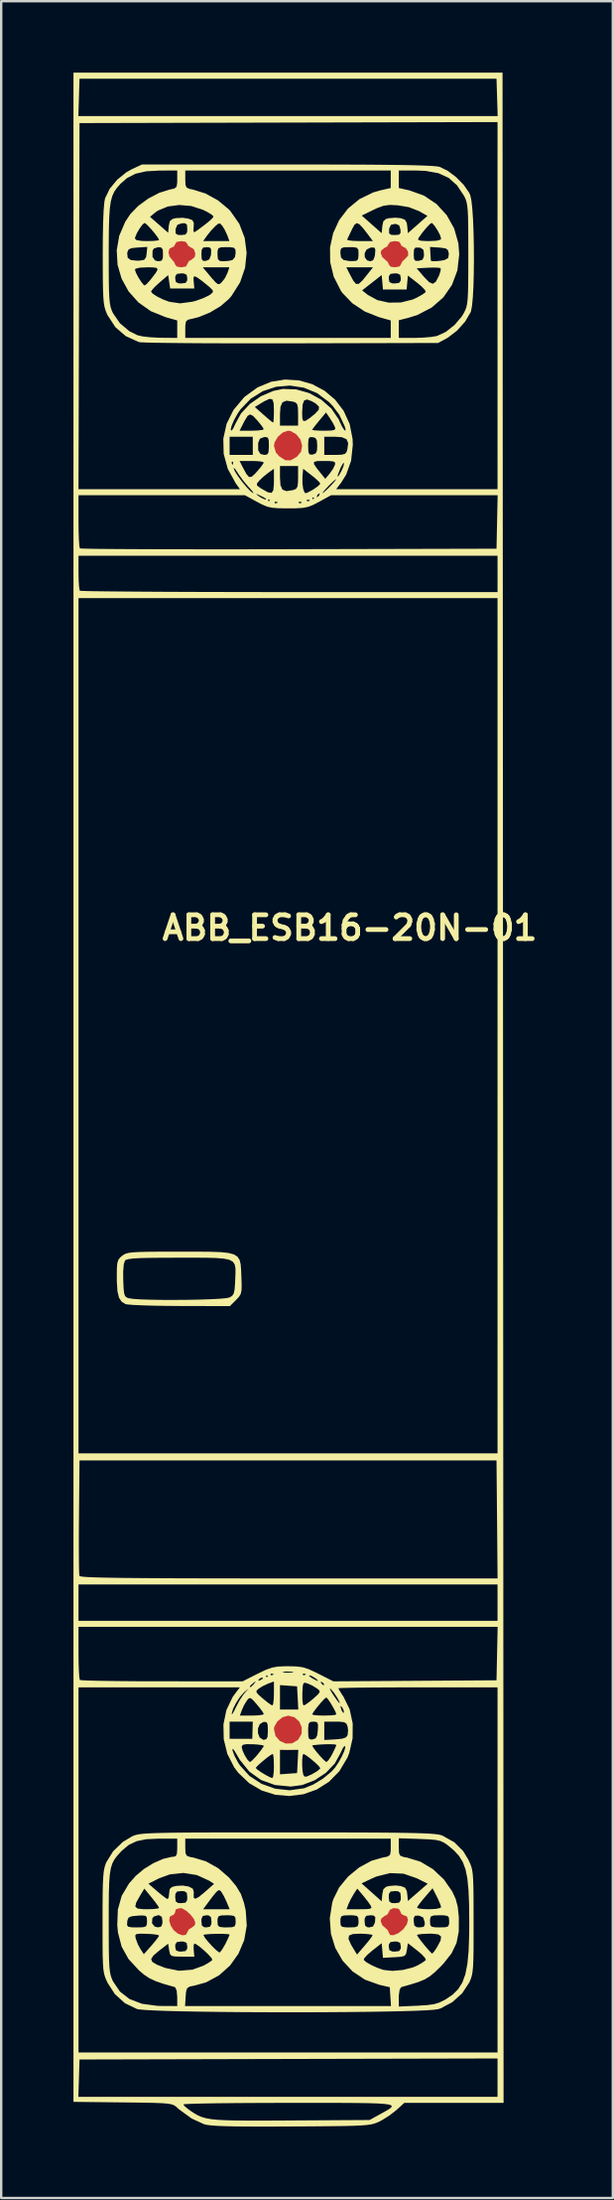
<source format=kicad_pcb>
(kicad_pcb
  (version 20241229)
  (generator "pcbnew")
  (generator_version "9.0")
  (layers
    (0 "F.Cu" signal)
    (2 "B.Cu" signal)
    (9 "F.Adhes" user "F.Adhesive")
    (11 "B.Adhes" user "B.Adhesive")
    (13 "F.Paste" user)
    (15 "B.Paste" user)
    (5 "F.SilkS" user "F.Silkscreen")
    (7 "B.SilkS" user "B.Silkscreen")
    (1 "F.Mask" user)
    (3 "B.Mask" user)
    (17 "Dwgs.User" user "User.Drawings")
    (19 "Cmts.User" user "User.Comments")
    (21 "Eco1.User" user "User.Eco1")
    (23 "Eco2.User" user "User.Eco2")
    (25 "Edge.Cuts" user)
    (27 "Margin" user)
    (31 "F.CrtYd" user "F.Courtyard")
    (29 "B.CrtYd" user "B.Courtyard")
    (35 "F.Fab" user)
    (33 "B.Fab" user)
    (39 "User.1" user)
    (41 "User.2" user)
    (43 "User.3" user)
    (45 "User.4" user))
  (footprint "ABB_ESB16-20N-01"
    (layer "F.Cu")
    (at 9.05 42.651)
    (property "Reference" "ABB_ESB16-20N-01" (at 2.6 -6.755 0) (unlocked yes) (layer "F.SilkS") (effects (font (size 1 1) (thickness 0.2) (bold yes))))
    (attr smd)
    (fp_poly (pts (xy -3.264 6.841) (xy -2.822 6.857) (xy -2.496 6.892) (xy -2.267 6.953) (xy -2.118 7.048) (xy -2.03 7.183) (xy -1.985 7.366) (xy -1.966 7.604) (xy -1.955 7.886) (xy -1.943 8.239) (xy -1.95 8.469) (xy -1.986 8.621) (xy -2.062 8.741) (xy -2.181 8.867) (xy -2.437 9.123) (xy -4.539 9.118) (xy -5.128 9.113) (xy -5.669 9.104) (xy -6.135 9.09) (xy -6.502 9.073) (xy -6.743 9.053) (xy -6.826 9.038) (xy -6.992 8.934) (xy -7.101 8.763) (xy -7.164 8.495) (xy -7.189 8.1) (xy -7.191 7.907) (xy -7.189 7.675) (xy -6.923 7.675) (xy -6.92 8.032) (xy -6.905 8.377) (xy -6.881 8.59) (xy -6.838 8.708) (xy -6.764 8.767) (xy -6.683 8.793) (xy -6.498 8.82) (xy -6.182 8.841) (xy -5.766 8.854) (xy -5.28 8.862) (xy -4.754 8.863) (xy -4.217 8.859) (xy -3.702 8.849) (xy -3.237 8.833) (xy -2.852 8.813) (xy -2.579 8.787) (xy -2.45 8.76) (xy -2.341 8.691) (xy -2.275 8.591) (xy -2.239 8.419) (xy -2.219 8.133) (xy -2.214 8.008) (xy -2.203 7.742) (xy -2.204 7.533) (xy -2.235 7.374) (xy -2.315 7.258) (xy -2.46 7.179) (xy -2.69 7.13) (xy -3.022 7.103) (xy -3.474 7.092) (xy -4.064 7.091) (xy -4.605 7.091) (xy -5.287 7.093) (xy -5.819 7.098) (xy -6.218 7.108) (xy -6.502 7.125) (xy -6.69 7.148) (xy -6.801 7.178) (xy -6.846 7.21) (xy -6.898 7.369) (xy -6.923 7.675) (xy -7.189 7.675) (xy -7.188 7.553) (xy -7.17 7.325) (xy -7.127 7.182) (xy -7.049 7.081) (xy -6.968 7.012) (xy -6.893 6.959) (xy -6.804 6.918) (xy -6.682 6.887) (xy -6.504 6.865) (xy -6.249 6.851) (xy -5.896 6.842) (xy -5.424 6.838) (xy -4.811 6.837) (xy -4.565 6.837) (xy -3.838 6.837)) (stroke (width 0) (type solid)) (fill yes) (layer "F.SilkS"))
    (fp_poly (pts (xy 1.227 -38.797) (xy 2.339 -38.794) (xy 3.298 -38.79) (xy 4.112 -38.783) (xy 4.788 -38.775) (xy 5.334 -38.764) (xy 5.76 -38.75) (xy 6.071 -38.734) (xy 6.277 -38.716) (xy 6.375 -38.698) (xy 6.713 -38.536) (xy 7.068 -38.268) (xy 7.387 -37.945) (xy 7.617 -37.614) (xy 7.662 -37.518) (xy 7.71 -37.308) (xy 7.75 -36.96) (xy 7.781 -36.506) (xy 7.802 -35.974) (xy 7.815 -35.396) (xy 7.819 -34.8) (xy 7.813 -34.218) (xy 7.798 -33.68) (xy 7.773 -33.215) (xy 7.738 -32.853) (xy 7.693 -32.626) (xy 7.685 -32.604) (xy 7.449 -32.201) (xy 7.107 -31.82) (xy 6.719 -31.524) (xy 6.66 -31.491) (xy 6.313 -31.305) (xy 0.132 -31.29) (xy -0.881 -31.289) (xy -1.847 -31.289) (xy -2.755 -31.291) (xy -3.588 -31.294) (xy -4.334 -31.299) (xy -4.978 -31.306) (xy -5.507 -31.313) (xy -5.907 -31.322) (xy -6.164 -31.332) (xy -6.261 -31.341) (xy -6.812 -31.591) (xy -7.25 -31.967) (xy -7.579 -32.472) (xy -7.608 -32.533) (xy -7.662 -32.665) (xy -7.704 -32.806) (xy -7.735 -32.98) (xy -7.756 -33.211) (xy -7.77 -33.522) (xy -7.778 -33.937) (xy -7.781 -34.48) (xy -7.782 -34.979) (xy -7.782 -35.018) (xy -7.53 -35.018) (xy -7.529 -34.363) (xy -7.526 -33.854) (xy -7.517 -33.467) (xy -7.503 -33.18) (xy -7.481 -32.968) (xy -7.449 -32.809) (xy -7.406 -32.678) (xy -7.351 -32.556) (xy -7.062 -32.135) (xy -6.66 -31.797) (xy -6.324 -31.63) (xy -6.107 -31.581) (xy -5.784 -31.544) (xy -5.418 -31.525) (xy -5.35 -31.523) (xy -4.651 -31.517) (xy -4.651 -31.884) (xy -4.651 -32.251) (xy -5.138 -32.387) (xy -5.763 -32.64) (xy -6.285 -33.009) (xy -6.686 -33.46) (xy -5.752 -33.46) (xy -5.681 -33.373) (xy -5.498 -33.256) (xy -5.255 -33.135) (xy -4.997 -33.038) (xy -4.991 -33.035) (xy -4.529 -32.968) (xy -4.011 -33.037) (xy -3.841 -33.084) (xy -3.562 -33.185) (xy -3.329 -33.295) (xy -3.254 -33.343) (xy -3.158 -33.429) (xy -3.153 -33.505) (xy -3.254 -33.616) (xy -3.381 -33.725) (xy -3.598 -33.9) (xy -3.785 -34.036) (xy -3.832 -34.065) (xy -3.934 -34.107) (xy -3.968 -34.043) (xy -3.959 -33.873) (xy -3.932 -33.591) (xy -4.44 -33.591) (xy -4.948 -33.591) (xy -4.99 -33.872) (xy -5.011 -34.015) (xy -4.736 -34.015) (xy -4.709 -33.863) (xy -4.592 -33.808) (xy -4.482 -33.803) (xy -4.3 -33.826) (xy -4.234 -33.923) (xy -4.228 -34.015) (xy -4.255 -34.166) (xy -4.372 -34.221) (xy -4.482 -34.226) (xy -4.664 -34.204) (xy -4.73 -34.107) (xy -4.736 -34.015) (xy -5.011 -34.015) (xy -5.032 -34.153) (xy -5.392 -33.845) (xy -5.59 -33.663) (xy -5.72 -33.518) (xy -5.752 -33.46) (xy -6.686 -33.46) (xy -6.696 -33.471) (xy -6.99 -34.004) (xy -7.1 -34.384) (xy -6.429 -34.384) (xy -6.388 -34.256) (xy -6.29 -34.067) (xy -6.169 -33.877) (xy -6.063 -33.745) (xy -6.02 -33.718) (xy -5.937 -33.779) (xy -5.798 -33.93) (xy -5.747 -33.994) (xy -5.554 -34.244) (xy -5.475 -34.389) (xy -5.52 -34.458) (xy -5.699 -34.479) (xy -5.916 -34.48) (xy -6.229 -34.465) (xy -6.401 -34.422) (xy -6.429 -34.384) (xy -7.1 -34.384) (xy -7.159 -34.586) (xy -7.186 -35.059) (xy -6.752 -35.059) (xy -6.733 -34.884) (xy -6.61 -34.788) (xy -6.358 -34.759) (xy -6.218 -34.763) (xy -6.04 -34.795) (xy -5.961 -34.902) (xy -5.958 -34.92) (xy -5.692 -34.92) (xy -5.583 -34.767) (xy -5.446 -34.734) (xy -5.309 -34.758) (xy -5.253 -34.863) (xy -5.244 -35.031) (xy -5.25 -35.109) (xy -5.019 -35.109) (xy -4.975 -34.932) (xy -4.899 -34.836) (xy -4.774 -34.69) (xy -4.736 -34.589) (xy -4.661 -34.509) (xy -4.482 -34.48) (xy -3.577 -34.48) (xy -3.418 -34.29) (xy -3.188 -34.015) (xy -3.039 -33.851) (xy -2.945 -33.778) (xy -2.877 -33.776) (xy -2.808 -33.828) (xy -2.779 -33.854) (xy -2.641 -34.034) (xy -2.544 -34.235) (xy -2.459 -34.48) (xy -3.018 -34.48) (xy -3.577 -34.48) (xy -4.482 -34.48) (xy -4.285 -34.515) (xy -4.228 -34.615) (xy -4.157 -34.744) (xy -4.059 -34.794) (xy -3.917 -34.907) (xy -3.894 -35.025) (xy -3.635 -35.025) (xy -3.622 -34.825) (xy -3.56 -34.749) (xy -3.445 -34.75) (xy -3.301 -34.814) (xy -3.236 -34.985) (xy -3.23 -35.031) (xy -2.958 -35.031) (xy -2.944 -34.831) (xy -2.872 -34.75) (xy -2.711 -34.734) (xy -2.482 -34.752) (xy -2.33 -34.786) (xy -2.226 -34.907) (xy -2.196 -35.082) (xy -2.208 -35.233) (xy -2.274 -35.304) (xy -2.44 -35.326) (xy -2.577 -35.327) (xy -2.811 -35.321) (xy -2.922 -35.278) (xy -2.956 -35.163) (xy -2.958 -35.031) (xy -3.23 -35.031) (xy -3.228 -35.052) (xy -3.225 -35.241) (xy -3.292 -35.316) (xy -3.418 -35.327) (xy -3.564 -35.306) (xy -3.624 -35.211) (xy -3.635 -35.025) (xy -3.894 -35.025) (xy -3.889 -35.048) (xy -3.95 -35.24) (xy -4.059 -35.302) (xy -4.196 -35.388) (xy -4.228 -35.464) (xy -4.304 -35.554) (xy -4.482 -35.581) (xy -3.562 -35.581) (xy -3.011 -35.581) (xy -2.459 -35.581) (xy -2.542 -35.814) (xy -2.65 -36.049) (xy -2.748 -36.209) (xy -2.844 -36.318) (xy -2.927 -36.312) (xy -3.05 -36.209) (xy -3.233 -36.018) (xy -3.396 -35.814) (xy -3.562 -35.581) (xy -4.482 -35.581) (xy -4.684 -35.543) (xy -4.736 -35.454) (xy -4.799 -35.342) (xy -4.853 -35.327) (xy -4.976 -35.262) (xy -5.019 -35.109) (xy -5.25 -35.109) (xy -5.26 -35.231) (xy -5.331 -35.314) (xy -5.449 -35.327) (xy -5.631 -35.271) (xy -5.687 -35.179) (xy -5.692 -34.92) (xy -5.958 -34.92) (xy -5.937 -35.057) (xy -5.91 -35.337) (xy -6.318 -35.311) (xy -6.566 -35.286) (xy -6.691 -35.234) (xy -6.742 -35.128) (xy -6.752 -35.059) (xy -7.186 -35.059) (xy -7.194 -35.194) (xy -7.109 -35.687) (xy -6.429 -35.687) (xy -6.359 -35.621) (xy -6.14 -35.587) (xy -5.921 -35.581) (xy -5.653 -35.588) (xy -5.469 -35.607) (xy -5.413 -35.628) (xy -5.465 -35.728) (xy -5.591 -35.898) (xy -5.751 -36.088) (xy -5.903 -36.251) (xy -6.007 -36.339) (xy -6.021 -36.343) (xy -6.11 -36.276) (xy -6.23 -36.113) (xy -6.346 -35.916) (xy -6.419 -35.742) (xy -6.429 -35.687) (xy -7.109 -35.687) (xy -7.088 -35.805) (xy -6.834 -36.398) (xy -6.7 -36.598) (xy -5.794 -36.598) (xy -5.413 -36.265) (xy -5.032 -35.932) (xy -5.02 -36.068) (xy -4.72 -36.068) (xy -4.72 -35.905) (xy -4.633 -35.843) (xy -4.488 -35.835) (xy -4.305 -35.855) (xy -4.237 -35.95) (xy -4.228 -36.095) (xy -4.245 -36.274) (xy -4.329 -36.333) (xy -4.461 -36.327) (xy -4.642 -36.267) (xy -4.715 -36.107) (xy -4.72 -36.068) (xy -5.02 -36.068) (xy -5.007 -36.213) (xy -4.964 -36.415) (xy -4.849 -36.51) (xy -4.71 -36.545) (xy -4.428 -36.56) (xy -4.186 -36.526) (xy -4.012 -36.458) (xy -3.954 -36.341) (xy -3.96 -36.179) (xy -3.971 -35.996) (xy -3.934 -35.953) (xy -3.831 -36.015) (xy -3.488 -36.271) (xy -3.269 -36.448) (xy -3.155 -36.56) (xy -3.127 -36.617) (xy -3.198 -36.689) (xy -3.38 -36.8) (xy -3.572 -36.896) (xy -4.057 -37.053) (xy -4.564 -37.097) (xy -5.047 -37.033) (xy -5.46 -36.863) (xy -5.597 -36.765) (xy -5.794 -36.598) (xy -6.7 -36.598) (xy -6.621 -36.717) (xy -6.291 -37.057) (xy -5.867 -37.367) (xy -5.409 -37.607) (xy -4.978 -37.742) (xy -4.973 -37.743) (xy -4.774 -37.786) (xy -4.68 -37.861) (xy -4.653 -38.022) (xy -4.651 -38.171) (xy -4.651 -38.173) (xy -4.313 -38.173) (xy -4.304 -37.941) (xy -4.252 -37.824) (xy -4.117 -37.768) (xy -3.995 -37.745) (xy -3.463 -37.58) (xy -2.938 -37.291) (xy -2.483 -36.914) (xy -2.418 -36.844) (xy -2.043 -36.308) (xy -1.815 -35.714) (xy -1.734 -35.089) (xy -1.799 -34.459) (xy -2.01 -33.848) (xy -2.367 -33.283) (xy -2.478 -33.153) (xy -2.826 -32.852) (xy -3.272 -32.585) (xy -3.745 -32.391) (xy -3.995 -32.328) (xy -4.191 -32.284) (xy -4.283 -32.207) (xy -4.311 -32.046) (xy -4.313 -31.894) (xy -4.313 -31.517) (xy 0.005 -31.517) (xy 4.323 -31.517) (xy 4.323 -31.884) (xy 4.323 -32.251) (xy 3.831 -32.388) (xy 3.234 -32.625) (xy 2.707 -32.974) (xy 2.291 -33.405) (xy 2.229 -33.493) (xy 2.219 -33.513) (xy 3.121 -33.513) (xy 3.358 -33.324) (xy 3.756 -33.106) (xy 4.236 -32.999) (xy 4.747 -33.005) (xy 5.242 -33.128) (xy 5.407 -33.202) (xy 5.624 -33.322) (xy 5.769 -33.421) (xy 5.795 -33.448) (xy 5.757 -33.533) (xy 5.614 -33.681) (xy 5.441 -33.826) (xy 5.043 -34.134) (xy 5.017 -33.841) (xy 4.99 -33.549) (xy 4.493 -33.549) (xy 3.995 -33.549) (xy 3.969 -33.852) (xy 3.954 -34.015) (xy 4.239 -34.015) (xy 4.266 -33.863) (xy 4.382 -33.808) (xy 4.493 -33.803) (xy 4.674 -33.826) (xy 4.741 -33.923) (xy 4.747 -34.015) (xy 4.719 -34.166) (xy 4.603 -34.221) (xy 4.493 -34.226) (xy 4.311 -34.204) (xy 4.245 -34.107) (xy 4.239 -34.015) (xy 3.954 -34.015) (xy 3.942 -34.155) (xy 3.532 -33.834) (xy 3.121 -33.513) (xy 2.219 -33.513) (xy 1.927 -34.084) (xy 1.831 -34.48) (xy 2.456 -34.48) (xy 2.596 -34.205) (xy 2.749 -33.92) (xy 2.866 -33.782) (xy 2.983 -33.788) (xy 3.139 -33.934) (xy 3.308 -34.143) (xy 3.542 -34.438) (xy 5.413 -34.438) (xy 5.724 -34.075) (xy 5.936 -33.858) (xy 6.091 -33.789) (xy 6.217 -33.874) (xy 6.344 -34.114) (xy 6.358 -34.147) (xy 6.418 -34.334) (xy 6.421 -34.442) (xy 6.419 -34.445) (xy 6.317 -34.465) (xy 6.099 -34.47) (xy 5.894 -34.464) (xy 5.413 -34.438) (xy 3.542 -34.438) (xy 3.576 -34.48) (xy 3.016 -34.48) (xy 2.456 -34.48) (xy 1.831 -34.48) (xy 1.778 -34.699) (xy 1.774 -35.08) (xy 2.207 -35.08) (xy 2.233 -34.892) (xy 2.339 -34.789) (xy 2.559 -34.747) (xy 2.693 -34.741) (xy 2.878 -34.751) (xy 2.954 -34.826) (xy 2.969 -35.016) (xy 2.969 -35.031) (xy 2.967 -35.074) (xy 3.227 -35.074) (xy 3.232 -34.903) (xy 3.328 -34.772) (xy 3.465 -34.734) (xy 3.585 -34.78) (xy 3.649 -34.942) (xy 3.663 -35.035) (xy 3.666 -35.084) (xy 3.9 -35.084) (xy 3.968 -34.908) (xy 4.069 -34.819) (xy 4.204 -34.698) (xy 4.239 -34.604) (xy 4.315 -34.507) (xy 4.493 -34.48) (xy 4.688 -34.515) (xy 4.747 -34.597) (xy 4.811 -34.729) (xy 4.927 -34.834) (xy 5.057 -34.975) (xy 5.054 -35.031) (xy 5.289 -35.031) (xy 5.301 -34.83) (xy 5.362 -34.752) (xy 5.504 -34.752) (xy 5.661 -34.801) (xy 5.716 -34.936) (xy 5.72 -35.031) (xy 5.694 -35.218) (xy 5.584 -35.296) (xy 5.504 -35.31) (xy 5.361 -35.309) (xy 5.301 -35.23) (xy 5.289 -35.031) (xy 5.054 -35.031) (xy 5.049 -35.14) (xy 4.956 -35.287) (xy 4.868 -35.327) (xy 4.856 -35.335) (xy 5.974 -35.335) (xy 5.989 -35.056) (xy 6.001 -34.86) (xy 6.01 -34.758) (xy 6.01 -34.755) (xy 6.092 -34.736) (xy 6.272 -34.74) (xy 6.481 -34.765) (xy 6.593 -34.789) (xy 6.738 -34.871) (xy 6.764 -35.041) (xy 6.762 -35.063) (xy 6.727 -35.202) (xy 6.632 -35.273) (xy 6.427 -35.304) (xy 6.355 -35.31) (xy 5.974 -35.335) (xy 4.856 -35.335) (xy 4.761 -35.395) (xy 4.747 -35.454) (xy 4.671 -35.555) (xy 4.493 -35.581) (xy 4.297 -35.546) (xy 4.239 -35.464) (xy 4.168 -35.35) (xy 4.069 -35.302) (xy 3.926 -35.19) (xy 3.9 -35.084) (xy 3.666 -35.084) (xy 3.675 -35.233) (xy 3.629 -35.31) (xy 3.494 -35.311) (xy 3.482 -35.31) (xy 3.311 -35.229) (xy 3.227 -35.074) (xy 2.967 -35.074) (xy 2.961 -35.213) (xy 2.905 -35.299) (xy 2.757 -35.325) (xy 2.588 -35.327) (xy 2.353 -35.319) (xy 2.242 -35.277) (xy 2.209 -35.17) (xy 2.207 -35.08) (xy 1.774 -35.08) (xy 1.772 -35.315) (xy 1.843 -35.645) (xy 2.487 -35.645) (xy 2.545 -35.613) (xy 2.732 -35.59) (xy 3.008 -35.581) (xy 3.012 -35.581) (xy 3.573 -35.581) (xy 3.494 -35.687) (xy 5.477 -35.687) (xy 5.483 -35.626) (xy 5.608 -35.593) (xy 5.875 -35.581) (xy 5.927 -35.581) (xy 6.246 -35.595) (xy 6.411 -35.64) (xy 6.44 -35.687) (xy 6.398 -35.826) (xy 6.299 -36.018) (xy 6.179 -36.205) (xy 6.074 -36.326) (xy 6.039 -36.343) (xy 5.954 -36.282) (xy 5.811 -36.129) (xy 5.649 -35.932) (xy 5.508 -35.736) (xy 5.477 -35.687) (xy 3.494 -35.687) (xy 3.399 -35.814) (xy 3.167 -36.116) (xy 3.007 -36.288) (xy 2.894 -36.336) (xy 2.8 -36.268) (xy 2.702 -36.091) (xy 2.671 -36.026) (xy 2.569 -35.811) (xy 2.498 -35.665) (xy 2.487 -35.645) (xy 1.843 -35.645) (xy 1.901 -35.911) (xy 2.156 -36.462) (xy 2.302 -36.653) (xy 3.105 -36.653) (xy 3.523 -36.283) (xy 3.942 -35.914) (xy 3.956 -36.068) (xy 4.254 -36.068) (xy 4.254 -35.906) (xy 4.339 -35.844) (xy 4.493 -35.835) (xy 4.675 -35.852) (xy 4.737 -35.932) (xy 4.731 -36.068) (xy 4.677 -36.242) (xy 4.54 -36.299) (xy 4.493 -36.301) (xy 4.33 -36.263) (xy 4.262 -36.12) (xy 4.254 -36.068) (xy 3.956 -36.068) (xy 3.968 -36.203) (xy 4.01 -36.41) (xy 4.121 -36.509) (xy 4.243 -36.543) (xy 4.523 -36.563) (xy 4.742 -36.543) (xy 4.918 -36.48) (xy 4.997 -36.346) (xy 5.017 -36.203) (xy 5.043 -35.914) (xy 5.455 -36.277) (xy 5.866 -36.64) (xy 5.509 -36.841) (xy 5.084 -37.006) (xy 4.614 -37.084) (xy 4.278 -37.099) (xy 4.021 -37.065) (xy 3.752 -36.967) (xy 3.59 -36.89) (xy 3.105 -36.653) (xy 2.302 -36.653) (xy 2.527 -36.947) (xy 3.007 -37.342) (xy 3.585 -37.624) (xy 3.882 -37.709) (xy 4.323 -37.811) (xy 4.323 -38.177) (xy 4.662 -38.177) (xy 4.662 -37.809) (xy 5.111 -37.709) (xy 5.721 -37.49) (xy 6.249 -37.136) (xy 6.676 -36.67) (xy 6.988 -36.113) (xy 7.166 -35.485) (xy 7.202 -35.031) (xy 7.124 -34.352) (xy 6.897 -33.743) (xy 6.534 -33.218) (xy 6.045 -32.792) (xy 5.443 -32.479) (xy 5.064 -32.36) (xy 4.662 -32.259) (xy 4.662 -31.888) (xy 4.662 -31.517) (xy 5.318 -31.517) (xy 5.681 -31.529) (xy 6.018 -31.557) (xy 6.259 -31.597) (xy 6.271 -31.6) (xy 6.64 -31.772) (xy 7.003 -32.059) (xy 7.305 -32.413) (xy 7.395 -32.562) (xy 7.453 -32.678) (xy 7.498 -32.797) (xy 7.531 -32.942) (xy 7.554 -33.135) (xy 7.569 -33.4) (xy 7.578 -33.76) (xy 7.582 -34.238) (xy 7.583 -34.856) (xy 7.583 -35.031) (xy 7.582 -35.688) (xy 7.579 -36.198) (xy 7.572 -36.585) (xy 7.558 -36.871) (xy 7.537 -37.079) (xy 7.506 -37.233) (xy 7.465 -37.355) (xy 7.41 -37.467) (xy 7.4 -37.486) (xy 7.107 -37.925) (xy 6.756 -38.236) (xy 6.322 -38.433) (xy 5.78 -38.529) (xy 5.384 -38.544) (xy 4.662 -38.544) (xy 4.662 -38.177) (xy 4.323 -38.177) (xy 4.323 -38.178) (xy 4.323 -38.544) (xy 0.005 -38.544) (xy -4.313 -38.544) (xy -4.313 -38.173) (xy -4.651 -38.173) (xy -4.651 -38.544) (xy -5.392 -38.542) (xy -5.96 -38.51) (xy -6.405 -38.409) (xy -6.763 -38.225) (xy -7.039 -37.984) (xy -7.182 -37.821) (xy -7.295 -37.659) (xy -7.38 -37.475) (xy -7.442 -37.248) (xy -7.484 -36.954) (xy -7.51 -36.572) (xy -7.524 -36.077) (xy -7.529 -35.449) (xy -7.53 -35.018) (xy -7.782 -35.018) (xy -7.778 -35.748) (xy -7.765 -36.384) (xy -7.744 -36.877) (xy -7.714 -37.218) (xy -7.686 -37.371) (xy -7.492 -37.773) (xy -7.176 -38.157) (xy -6.784 -38.474) (xy -6.561 -38.597) (xy -6.133 -38.797) (xy -0.047 -38.798)) (stroke (width 0) (type solid)) (fill yes) (layer "F.SilkS"))
    (fp_poly (pts (xy -0.027 31.214) (xy 0.002 31.214) (xy 1.19 31.215) (xy 2.22 31.216) (xy 3.105 31.218) (xy 3.855 31.222) (xy 4.483 31.227) (xy 5 31.235) (xy 5.419 31.244) (xy 5.75 31.255) (xy 6.006 31.269) (xy 6.198 31.285) (xy 6.338 31.305) (xy 6.438 31.328) (xy 6.495 31.348) (xy 6.996 31.627) (xy 7.371 32.003) (xy 7.58 32.351) (xy 7.648 32.493) (xy 7.7 32.623) (xy 7.74 32.765) (xy 7.767 32.941) (xy 7.785 33.176) (xy 7.796 33.493) (xy 7.802 33.916) (xy 7.804 34.467) (xy 7.805 34.963) (xy 7.805 35.627) (xy 7.803 36.145) (xy 7.796 36.541) (xy 7.783 36.836) (xy 7.762 37.055) (xy 7.732 37.22) (xy 7.691 37.355) (xy 7.638 37.483) (xy 7.622 37.518) (xy 7.325 37.966) (xy 6.911 38.34) (xy 6.429 38.596) (xy 6.322 38.631) (xy 6.148 38.657) (xy 5.822 38.681) (xy 5.362 38.701) (xy 4.784 38.718) (xy 4.106 38.733) (xy 3.345 38.745) (xy 2.519 38.754) (xy 1.644 38.76) (xy 0.738 38.764) (xy -0.182 38.764) (xy -1.099 38.762) (xy -1.995 38.757) (xy -2.854 38.749) (xy -3.658 38.738) (xy -4.39 38.725) (xy -5.032 38.709) (xy -5.568 38.69) (xy -5.981 38.668) (xy -6.252 38.644) (xy -6.345 38.626) (xy -6.849 38.383) (xy -7.272 38.001) (xy -7.57 37.541) (xy -7.638 37.399) (xy -7.69 37.269) (xy -7.728 37.127) (xy -7.756 36.949) (xy -7.773 36.711) (xy -7.784 36.391) (xy -7.789 35.964) (xy -7.79 35.407) (xy -7.79 34.958) (xy -7.79 34.958) (xy -7.53 34.958) (xy -7.529 35.62) (xy -7.526 36.136) (xy -7.518 36.529) (xy -7.504 36.822) (xy -7.483 37.038) (xy -7.452 37.2) (xy -7.41 37.33) (xy -7.356 37.454) (xy -7.352 37.462) (xy -7.06 37.894) (xy -6.655 38.208) (xy -6.133 38.407) (xy -5.488 38.494) (xy -5.308 38.499) (xy -4.651 38.502) (xy -4.322 38.502) (xy 0.005 38.502) (xy 4.333 38.502) (xy 4.307 38.106) (xy 4.281 37.71) (xy 3.848 37.613) (xy 3.239 37.395) (xy 2.719 37.049) (xy 2.299 36.597) (xy 2.281 36.566) (xy 3.187 36.566) (xy 3.308 36.669) (xy 3.532 36.794) (xy 3.799 36.912) (xy 4.027 36.988) (xy 4.396 37.026) (xy 4.829 36.988) (xy 5.244 36.884) (xy 5.431 36.806) (xy 5.641 36.687) (xy 5.778 36.588) (xy 5.798 36.566) (xy 5.762 36.479) (xy 5.621 36.328) (xy 5.444 36.178) (xy 5.043 35.865) (xy 5.001 36.146) (xy 4.969 36.306) (xy 4.904 36.393) (xy 4.763 36.433) (xy 4.5 36.452) (xy 4.477 36.453) (xy 3.995 36.478) (xy 3.969 36.172) (xy 3.954 36.005) (xy 4.239 36.005) (xy 4.266 36.156) (xy 4.382 36.211) (xy 4.493 36.216) (xy 4.674 36.194) (xy 4.741 36.097) (xy 4.747 36.005) (xy 4.719 35.853) (xy 4.603 35.798) (xy 4.493 35.793) (xy 4.311 35.816) (xy 4.245 35.913) (xy 4.239 36.005) (xy 3.954 36.005) (xy 3.942 35.865) (xy 3.542 36.178) (xy 3.337 36.355) (xy 3.21 36.498) (xy 3.187 36.566) (xy 2.281 36.566) (xy 1.991 36.06) (xy 1.875 35.682) (xy 2.547 35.682) (xy 2.651 35.918) (xy 2.726 36.046) (xy 2.906 36.341) (xy 3.233 35.961) (xy 3.409 35.75) (xy 3.527 35.59) (xy 3.561 35.527) (xy 3.484 35.497) (xy 3.284 35.475) (xy 3.053 35.465) (xy 2.736 35.478) (xy 2.571 35.543) (xy 2.547 35.682) (xy 1.875 35.682) (xy 1.808 35.461) (xy 1.77 34.946) (xy 2.207 34.946) (xy 2.218 35.103) (xy 2.281 35.176) (xy 2.444 35.199) (xy 2.588 35.2) (xy 2.822 35.193) (xy 2.933 35.15) (xy 2.967 35.042) (xy 2.969 34.946) (xy 3.223 34.946) (xy 3.246 35.128) (xy 3.343 35.195) (xy 3.425 35.2) (xy 3.578 35.162) (xy 3.651 35.017) (xy 3.664 34.946) (xy 3.665 34.935) (xy 3.9 34.935) (xy 3.968 35.112) (xy 4.069 35.2) (xy 4.204 35.322) (xy 4.239 35.415) (xy 4.297 35.522) (xy 4.446 35.528) (xy 4.469 35.518) (xy 5.424 35.518) (xy 5.473 35.604) (xy 5.596 35.769) (xy 5.754 35.966) (xy 5.911 36.149) (xy 6.028 36.274) (xy 6.066 36.301) (xy 6.13 36.236) (xy 6.241 36.075) (xy 6.272 36.026) (xy 6.417 35.753) (xy 6.439 35.583) (xy 6.326 35.495) (xy 6.064 35.465) (xy 5.932 35.465) (xy 5.664 35.476) (xy 5.48 35.497) (xy 5.424 35.518) (xy 4.469 35.518) (xy 4.644 35.443) (xy 4.844 35.286) (xy 4.997 35.075) (xy 5.033 34.942) (xy 5.288 34.942) (xy 5.316 35.125) (xy 5.417 35.192) (xy 5.535 35.2) (xy 5.705 35.179) (xy 5.754 35.08) (xy 5.747 34.968) (xy 5.74 34.946) (xy 5.974 34.946) (xy 5.984 35.1) (xy 6.045 35.174) (xy 6.2 35.198) (xy 6.377 35.2) (xy 6.619 35.194) (xy 6.737 35.156) (xy 6.775 35.058) (xy 6.779 34.946) (xy 6.769 34.793) (xy 6.708 34.719) (xy 6.553 34.694) (xy 6.377 34.692) (xy 6.134 34.699) (xy 6.016 34.737) (xy 5.978 34.835) (xy 5.974 34.946) (xy 5.74 34.946) (xy 5.685 34.785) (xy 5.525 34.712) (xy 5.499 34.709) (xy 5.345 34.711) (xy 5.29 34.8) (xy 5.288 34.942) (xy 5.033 34.942) (xy 5.049 34.879) (xy 4.998 34.738) (xy 4.868 34.692) (xy 4.759 34.627) (xy 4.747 34.574) (xy 4.678 34.444) (xy 4.62 34.408) (xy 4.432 34.392) (xy 4.283 34.465) (xy 4.239 34.565) (xy 4.168 34.671) (xy 4.069 34.717) (xy 3.926 34.83) (xy 3.9 34.935) (xy 3.665 34.935) (xy 3.673 34.768) (xy 3.599 34.701) (xy 3.462 34.692) (xy 3.292 34.715) (xy 3.23 34.819) (xy 3.223 34.946) (xy 2.969 34.946) (xy 2.958 34.79) (xy 2.894 34.716) (xy 2.731 34.694) (xy 2.588 34.692) (xy 2.353 34.7) (xy 2.242 34.742) (xy 2.209 34.851) (xy 2.207 34.946) (xy 1.77 34.946) (xy 1.761 34.824) (xy 1.821 34.438) (xy 2.465 34.438) (xy 3.016 34.438) (xy 3.309 34.434) (xy 3.464 34.415) (xy 3.509 34.375) (xy 5.427 34.375) (xy 5.502 34.408) (xy 5.701 34.431) (xy 5.932 34.438) (xy 6.215 34.425) (xy 6.395 34.388) (xy 6.44 34.35) (xy 6.404 34.227) (xy 6.313 34.017) (xy 6.26 33.91) (xy 6.081 33.558) (xy 5.755 33.934) (xy 5.579 34.147) (xy 5.46 34.31) (xy 5.427 34.375) (xy 3.509 34.375) (xy 3.512 34.372) (xy 3.484 34.293) (xy 3.482 34.29) (xy 3.374 34.133) (xy 3.21 33.922) (xy 3.156 33.858) (xy 2.916 33.573) (xy 2.771 33.795) (xy 2.635 34.031) (xy 2.545 34.227) (xy 2.465 34.438) (xy 1.821 34.438) (xy 1.863 34.17) (xy 1.908 34.023) (xy 2.153 33.528) (xy 2.296 33.353) (xy 3.096 33.353) (xy 3.519 33.729) (xy 3.942 34.106) (xy 3.958 33.93) (xy 4.239 33.93) (xy 4.26 34.11) (xy 4.359 34.177) (xy 4.493 34.184) (xy 4.673 34.163) (xy 4.739 34.064) (xy 4.747 33.93) (xy 4.726 33.75) (xy 4.627 33.684) (xy 4.493 33.676) (xy 4.313 33.697) (xy 4.246 33.796) (xy 4.239 33.93) (xy 3.958 33.93) (xy 3.968 33.812) (xy 4.011 33.603) (xy 4.12 33.5) (xy 4.243 33.464) (xy 4.521 33.441) (xy 4.742 33.464) (xy 4.92 33.532) (xy 4.998 33.672) (xy 5.017 33.805) (xy 5.043 34.092) (xy 5.46 33.73) (xy 5.876 33.367) (xy 5.422 33.141) (xy 4.862 32.947) (xy 4.297 32.922) (xy 3.722 33.065) (xy 3.561 33.135) (xy 3.096 33.353) (xy 2.296 33.353) (xy 2.528 33.071) (xy 2.994 32.686) (xy 3.512 32.405) (xy 3.978 32.271) (xy 4.192 32.228) (xy 4.292 32.156) (xy 4.322 32) (xy 4.323 31.845) (xy 4.323 31.837) (xy 4.662 31.837) (xy 4.669 32.072) (xy 4.719 32.189) (xy 4.855 32.244) (xy 5.008 32.271) (xy 5.57 32.442) (xy 6.099 32.757) (xy 6.56 33.192) (xy 6.905 33.69) (xy 7.052 34.006) (xy 7.138 34.33) (xy 7.182 34.739) (xy 7.185 34.784) (xy 7.182 35.373) (xy 7.086 35.859) (xy 6.878 36.292) (xy 6.539 36.72) (xy 6.402 36.863) (xy 6.165 37.092) (xy 5.959 37.259) (xy 5.744 37.387) (xy 5.478 37.496) (xy 5.119 37.608) (xy 4.768 37.706) (xy 4.697 37.808) (xy 4.664 38.045) (xy 4.662 38.129) (xy 4.662 38.523) (xy 5.449 38.488) (xy 5.854 38.463) (xy 6.143 38.423) (xy 6.371 38.354) (xy 6.591 38.245) (xy 6.637 38.219) (xy 6.926 38.023) (xy 7.155 37.796) (xy 7.331 37.519) (xy 7.458 37.17) (xy 7.545 36.729) (xy 7.597 36.174) (xy 7.62 35.484) (xy 7.623 34.989) (xy 7.616 34.237) (xy 7.591 33.631) (xy 7.543 33.147) (xy 7.465 32.763) (xy 7.35 32.454) (xy 7.191 32.199) (xy 6.983 31.972) (xy 6.72 31.753) (xy 6.565 31.645) (xy 6.413 31.574) (xy 6.219 31.531) (xy 5.943 31.505) (xy 5.539 31.489) (xy 5.537 31.488) (xy 4.662 31.46) (xy 4.662 31.837) (xy 4.323 31.837) (xy 4.323 31.475) (xy 0.005 31.475) (xy -4.313 31.475) (xy -4.313 31.845) (xy -4.305 32.076) (xy -4.252 32.192) (xy -4.111 32.246) (xy -3.967 32.271) (xy -3.443 32.428) (xy -2.929 32.716) (xy -2.482 33.101) (xy -2.475 33.109) (xy -2.176 33.464) (xy -1.978 33.793) (xy -1.845 34.169) (xy -1.772 34.493) (xy -1.729 35.123) (xy -1.836 35.735) (xy -2.077 36.304) (xy -2.435 36.806) (xy -2.894 37.215) (xy -3.437 37.508) (xy -3.918 37.642) (xy -4.131 37.686) (xy -4.238 37.758) (xy -4.281 37.908) (xy -4.296 38.102) (xy -4.322 38.502) (xy -4.651 38.502) (xy -4.651 38.119) (xy -4.674 37.857) (xy -4.736 37.718) (xy -4.757 37.706) (xy -5.22 37.574) (xy -5.561 37.456) (xy -5.821 37.334) (xy -6.043 37.187) (xy -6.258 37.006) (xy -6.699 36.528) (xy -5.746 36.528) (xy -5.7 36.648) (xy -5.506 36.765) (xy -5.158 36.901) (xy -5.146 36.905) (xy -4.578 37.021) (xy -4.01 36.975) (xy -3.544 36.806) (xy -3.334 36.687) (xy -3.196 36.588) (xy -3.176 36.566) (xy -3.213 36.483) (xy -3.343 36.337) (xy -3.524 36.166) (xy -3.712 36.007) (xy -3.867 35.901) (xy -3.93 35.878) (xy -3.96 35.951) (xy -3.96 36.13) (xy -3.958 36.153) (xy -3.932 36.428) (xy -4.44 36.428) (xy -4.721 36.424) (xy -4.877 36.399) (xy -4.95 36.331) (xy -4.983 36.198) (xy -4.99 36.157) (xy -5.014 36.005) (xy -4.736 36.005) (xy -4.709 36.156) (xy -4.592 36.211) (xy -4.482 36.216) (xy -4.3 36.194) (xy -4.234 36.097) (xy -4.228 36.005) (xy -4.255 35.853) (xy -4.372 35.798) (xy -4.482 35.793) (xy -4.664 35.816) (xy -4.73 35.913) (xy -4.736 36.005) (xy -5.014 36.005) (xy -5.032 35.885) (xy -5.434 36.196) (xy -5.655 36.385) (xy -5.746 36.528) (xy -6.699 36.528) (xy -6.699 36.528) (xy -6.988 36.009) (xy -7.111 35.532) (xy -6.414 35.532) (xy -6.402 35.636) (xy -6.392 35.676) (xy -6.302 35.916) (xy -6.196 36.11) (xy -6.055 36.325) (xy -5.734 35.964) (xy -5.56 35.757) (xy -5.443 35.602) (xy -5.413 35.543) (xy -5.49 35.51) (xy -5.691 35.484) (xy -5.93 35.47) (xy -6.214 35.465) (xy -6.363 35.481) (xy -6.414 35.532) (xy -7.111 35.532) (xy -7.142 35.415) (xy -7.171 35.116) (xy -7.171 35.105) (xy -6.759 35.105) (xy -6.709 35.173) (xy -6.564 35.198) (xy -6.35 35.2) (xy -6.098 35.195) (xy -5.971 35.162) (xy -5.927 35.075) (xy -5.925 35.029) (xy -5.711 35.029) (xy -5.595 35.169) (xy -5.461 35.2) (xy -5.325 35.167) (xy -5.276 35.036) (xy -5.272 34.946) (xy -5.276 34.916) (xy -4.985 34.916) (xy -4.926 35.122) (xy -4.8 35.319) (xy -4.618 35.466) (xy -4.431 35.533) (xy -4.304 35.516) (xy -3.551 35.516) (xy -3.499 35.619) (xy -3.369 35.785) (xy -3.2 35.972) (xy -3.033 36.138) (xy -2.905 36.24) (xy -2.863 36.252) (xy -2.78 36.153) (xy -2.663 35.959) (xy -2.618 35.875) (xy -2.516 35.665) (xy -2.456 35.526) (xy -2.45 35.503) (xy -2.527 35.483) (xy -2.729 35.471) (xy -3 35.47) (xy -3.281 35.48) (xy -3.479 35.497) (xy -3.551 35.516) (xy -4.304 35.516) (xy -4.285 35.513) (xy -4.228 35.404) (xy -4.157 35.276) (xy -4.059 35.225) (xy -3.916 35.113) (xy -3.889 35.008) (xy -3.912 34.946) (xy -3.635 34.946) (xy -3.613 35.128) (xy -3.516 35.194) (xy -3.424 35.2) (xy -3.272 35.173) (xy -3.217 35.057) (xy -3.212 34.946) (xy -2.958 34.946) (xy -2.947 35.103) (xy -2.883 35.176) (xy -2.721 35.199) (xy -2.577 35.2) (xy -2.343 35.193) (xy -2.232 35.15) (xy -2.198 35.042) (xy -2.196 34.946) (xy -2.207 34.79) (xy -2.271 34.716) (xy -2.433 34.694) (xy -2.577 34.692) (xy -2.811 34.7) (xy -2.922 34.742) (xy -2.956 34.851) (xy -2.958 34.946) (xy -3.212 34.946) (xy -3.235 34.765) (xy -3.332 34.698) (xy -3.424 34.692) (xy -3.575 34.72) (xy -3.63 34.836) (xy -3.635 34.946) (xy -3.912 34.946) (xy -3.949 34.846) (xy -4.095 34.661) (xy -4.281 34.497) (xy -4.386 34.438) (xy -3.562 34.438) (xy -3.005 34.438) (xy -2.448 34.438) (xy -2.578 34.127) (xy -2.687 33.895) (xy -2.79 33.719) (xy -2.806 33.697) (xy -2.862 33.644) (xy -2.923 33.644) (xy -3.012 33.72) (xy -3.152 33.889) (xy -3.366 34.174) (xy -3.389 34.206) (xy -3.562 34.438) (xy -4.386 34.438) (xy -4.457 34.399) (xy -4.549 34.394) (xy -4.675 34.434) (xy -4.701 34.438) (xy -4.732 34.507) (xy -4.736 34.565) (xy -4.804 34.678) (xy -4.863 34.692) (xy -4.966 34.756) (xy -4.985 34.916) (xy -5.276 34.916) (xy -5.297 34.763) (xy -5.394 34.697) (xy -5.461 34.692) (xy -5.63 34.743) (xy -5.698 34.819) (xy -5.711 35.029) (xy -5.925 35.029) (xy -5.921 34.942) (xy -5.93 34.786) (xy -5.985 34.714) (xy -6.131 34.699) (xy -6.324 34.709) (xy -6.569 34.734) (xy -6.692 34.787) (xy -6.742 34.896) (xy -6.752 34.968) (xy -6.759 35.105) (xy -7.171 35.105) (xy -7.147 34.455) (xy -7.112 34.33) (xy -6.414 34.33) (xy -6.318 34.41) (xy -6.076 34.437) (xy -5.921 34.438) (xy -5.653 34.43) (xy -5.469 34.408) (xy -5.413 34.384) (xy -5.463 34.293) (xy -5.591 34.117) (xy -5.723 33.951) (xy -6.033 33.573) (xy -6.231 33.9) (xy -6.38 34.169) (xy -6.414 34.33) (xy -7.112 34.33) (xy -6.986 33.878) (xy -6.682 33.366) (xy -5.862 33.366) (xy -5.49 33.688) (xy -5.278 33.862) (xy -5.117 33.98) (xy -5.053 34.012) (xy -5.009 33.941) (xy -5.008 33.93) (xy -4.736 33.93) (xy -4.715 34.11) (xy -4.616 34.177) (xy -4.482 34.184) (xy -4.302 34.163) (xy -4.236 34.064) (xy -4.228 33.93) (xy -4.249 33.75) (xy -4.348 33.684) (xy -4.482 33.676) (xy -4.662 33.697) (xy -4.728 33.796) (xy -4.736 33.93) (xy -5.008 33.93) (xy -4.99 33.765) (xy -4.99 33.765) (xy -4.967 33.59) (xy -4.864 33.502) (xy -4.698 33.46) (xy -4.422 33.445) (xy -4.169 33.485) (xy -3.998 33.574) (xy -3.953 33.719) (xy -3.959 33.79) (xy -3.958 33.953) (xy -3.894 33.999) (xy -3.749 33.927) (xy -3.508 33.732) (xy -3.465 33.694) (xy -3.103 33.373) (xy -3.306 33.242) (xy -3.826 33.004) (xy -4.392 32.915) (xy -4.965 32.977) (xy -5.41 33.14) (xy -5.862 33.366) (xy -6.682 33.366) (xy -6.677 33.357) (xy -6.393 33.036) (xy -6.047 32.747) (xy -5.645 32.501) (xy -5.239 32.323) (xy -4.883 32.24) (xy -4.817 32.237) (xy -4.713 32.211) (xy -4.664 32.105) (xy -4.651 31.875) (xy -4.651 31.856) (xy -4.651 31.475) (xy -5.417 31.475) (xy -5.947 31.499) (xy -6.355 31.581) (xy -6.685 31.737) (xy -6.977 31.979) (xy -7.034 32.039) (xy -7.179 32.201) (xy -7.293 32.353) (xy -7.379 32.518) (xy -7.441 32.718) (xy -7.484 32.975) (xy -7.51 33.313) (xy -7.524 33.754) (xy -7.529 34.322) (xy -7.53 34.958) (xy -7.79 34.958) (xy -7.789 34.289) (xy -7.785 33.766) (xy -7.776 33.366) (xy -7.76 33.067) (xy -7.737 32.845) (xy -7.705 32.678) (xy -7.663 32.543) (xy -7.631 32.467) (xy -7.344 32.005) (xy -6.939 31.614) (xy -6.535 31.372) (xy -6.46 31.342) (xy -6.374 31.316) (xy -6.263 31.293) (xy -6.117 31.274) (xy -5.924 31.259) (xy -5.67 31.246) (xy -5.344 31.236) (xy -4.934 31.228) (xy -4.428 31.222) (xy -3.813 31.218) (xy -3.078 31.216) (xy -2.21 31.214) (xy -1.197 31.214)) (stroke (width 0) (type solid)) (fill yes) (layer "F.SilkS"))
    (fp_poly (pts (xy 9.044 -0.042) (xy 9.065 42.566) (xy 6.98 42.566) (xy 4.894 42.566) (xy 4.556 42.872) (xy 4.269 43.095) (xy 3.945 43.298) (xy 3.826 43.359) (xy 3.72 43.405) (xy 3.611 43.442) (xy 3.479 43.473) (xy 3.307 43.496) (xy 3.078 43.514) (xy 2.774 43.528) (xy 2.378 43.538) (xy 1.871 43.545) (xy 1.237 43.551) (xy 0.457 43.556) (xy 0.132 43.557) (xy -0.767 43.561) (xy -1.512 43.56) (xy -2.116 43.556) (xy -2.595 43.546) (xy -2.962 43.532) (xy -3.233 43.512) (xy -3.422 43.487) (xy -3.522 43.463) (xy -4.044 43.223) (xy -4.567 42.844) (xy -4.654 42.766) (xy -4.726 42.705) (xy -4.805 42.657) (xy -4.89 42.63) (xy -4.397 42.63) (xy -4.333 42.713) (xy -4.173 42.843) (xy -4.103 42.893) (xy -3.944 42.998) (xy -3.794 43.085) (xy -3.636 43.155) (xy -3.451 43.209) (xy -3.222 43.25) (xy -2.931 43.279) (xy -2.561 43.297) (xy -2.093 43.308) (xy -1.511 43.311) (xy -0.795 43.31) (xy 0.07 43.306) (xy 0.132 43.305) (xy 3.434 43.286) (xy 3.88 43.039) (xy 4.066 42.937) (xy 4.216 42.85) (xy 4.32 42.779) (xy 4.367 42.72) (xy 4.346 42.673) (xy 4.246 42.637) (xy 4.056 42.61) (xy 3.766 42.591) (xy 3.365 42.578) (xy 2.842 42.571) (xy 2.185 42.567) (xy 1.385 42.566) (xy 0.43 42.566) (xy 0.058 42.566) (xy -0.793 42.568) (xy -1.59 42.571) (xy -2.319 42.576) (xy -2.963 42.583) (xy -3.507 42.592) (xy -3.935 42.602) (xy -4.232 42.613) (xy -4.381 42.625) (xy -4.397 42.63) (xy -4.89 42.63) (xy -4.914 42.622) (xy -5.074 42.596) (xy -5.307 42.579) (xy -5.635 42.566) (xy -6.079 42.557) (xy -6.663 42.55) (xy -6.94 42.547) (xy -9.012 42.524) (xy -9.012 42.312) (xy -8.806 42.312) (xy 0.002 42.312) (xy 8.811 42.312) (xy 8.811 41.508) (xy 8.811 40.703) (xy 0.026 40.724) (xy -8.758 40.746) (xy -8.782 41.529) (xy -8.806 42.312) (xy -9.012 42.312) (xy -9.012 32.787) (xy -8.8 32.787) (xy -8.8 40.45) (xy 0.005 40.45) (xy 8.811 40.45) (xy 8.811 32.787) (xy 8.811 25.125) (xy 5.466 25.125) (xy 4.732 25.126) (xy 4.054 25.129) (xy 3.45 25.133) (xy 2.937 25.138) (xy 2.534 25.145) (xy 2.259 25.153) (xy 2.13 25.161) (xy 2.122 25.164) (xy 2.165 25.251) (xy 2.274 25.425) (xy 2.334 25.514) (xy 2.594 26.042) (xy 2.724 26.639) (xy 2.72 27.266) (xy 2.579 27.881) (xy 2.498 28.084) (xy 2.162 28.646) (xy 1.728 29.089) (xy 1.218 29.411) (xy 0.656 29.611) (xy 0.067 29.686) (xy -0.526 29.635) (xy -1.1 29.456) (xy -1.629 29.146) (xy -2.091 28.704) (xy -2.258 28.48) (xy -2.546 27.916) (xy -2.586 27.752) (xy -2.33 27.752) (xy -2.324 27.784) (xy -2.244 27.998) (xy -2.102 28.266) (xy -2.016 28.4) (xy -1.612 28.845) (xy -1.107 29.175) (xy -0.534 29.379) (xy 0.072 29.445) (xy 0.678 29.361) (xy 0.686 29.359) (xy 1.074 29.2) (xy 1.48 28.952) (xy 1.83 28.663) (xy 1.981 28.495) (xy 2.132 28.27) (xy 2.268 28.025) (xy 2.368 27.801) (xy 2.415 27.639) (xy 2.394 27.58) (xy 2.323 27.652) (xy 2.237 27.827) (xy 2.224 27.861) (xy 1.973 28.319) (xy 1.595 28.716) (xy 1.124 29.026) (xy 0.598 29.226) (xy 0.122 29.289) (xy -0.545 29.224) (xy -1.128 29.014) (xy -1.621 28.661) (xy -1.744 28.509) (xy -1.349 28.509) (xy -1.283 28.578) (xy -1.123 28.689) (xy -0.925 28.808) (xy -0.746 28.901) (xy -0.651 28.933) (xy -0.617 28.857) (xy -0.594 28.658) (xy -0.587 28.427) (xy -0.592 28.263) (xy -0.333 28.263) (xy -0.333 28.775) (xy 0.026 28.749) (xy 0.386 28.723) (xy 0.403 28.412) (xy 0.601 28.412) (xy 0.616 28.638) (xy 0.648 28.797) (xy 0.648 28.799) (xy 0.699 28.871) (xy 0.795 28.868) (xy 0.985 28.784) (xy 1.029 28.762) (xy 1.231 28.643) (xy 1.348 28.544) (xy 1.36 28.517) (xy 1.299 28.43) (xy 1.15 28.285) (xy 0.961 28.125) (xy 0.782 27.99) (xy 0.662 27.921) (xy 0.649 27.919) (xy 0.618 27.993) (xy 0.601 28.178) (xy 0.601 28.412) (xy 0.403 28.412) (xy 0.412 28.236) (xy 0.437 27.75) (xy 0.052 27.75) (xy -0.333 27.75) (xy -0.333 28.263) (xy -0.592 28.263) (xy -0.594 28.159) (xy -0.613 27.975) (xy -0.635 27.919) (xy -0.729 27.969) (xy -0.895 28.091) (xy -1.085 28.246) (xy -1.251 28.394) (xy -1.343 28.494) (xy -1.349 28.509) (xy -1.744 28.509) (xy -2.022 28.166) (xy -2.097 28.038) (xy -2.242 27.793) (xy -2.318 27.699) (xy -2.33 27.752) (xy -2.586 27.752) (xy -2.616 27.629) (xy -1.942 27.629) (xy -1.903 27.785) (xy -1.811 27.982) (xy -1.7 28.16) (xy -1.606 28.254) (xy -1.591 28.258) (xy -1.507 28.198) (xy -1.36 28.046) (xy -1.271 27.942) (xy -1.119 27.749) (xy -1.025 27.612) (xy -1.011 27.579) (xy -1.04 27.568) (xy 1.021 27.568) (xy 1.073 27.663) (xy 1.199 27.828) (xy 1.359 28.014) (xy 1.509 28.172) (xy 1.609 28.255) (xy 1.619 28.258) (xy 1.7 28.189) (xy 1.816 28.016) (xy 1.866 27.922) (xy 1.97 27.71) (xy 2.031 27.567) (xy 2.037 27.541) (xy 1.961 27.52) (xy 1.761 27.511) (xy 1.529 27.516) (xy 1.261 27.532) (xy 1.077 27.552) (xy 1.021 27.568) (xy -1.04 27.568) (xy -1.087 27.55) (xy -1.285 27.525) (xy -1.476 27.513) (xy -1.75 27.51) (xy -1.893 27.538) (xy -1.94 27.606) (xy -1.942 27.629) (xy -2.616 27.629) (xy -2.696 27.305) (xy -2.709 26.681) (xy -2.685 26.564) (xy -2.45 26.564) (xy -2.45 26.924) (xy -2.45 27.284) (xy -1.973 27.284) (xy -1.497 27.284) (xy -1.49 27.052) (xy -1.257 27.052) (xy -1.186 27.231) (xy -1.046 27.323) (xy -1.009 27.326) (xy -0.905 27.301) (xy -0.855 27.198) (xy -0.841 26.973) (xy -0.841 26.939) (xy -0.843 26.881) (xy -0.587 26.881) (xy -0.518 27.168) (xy -0.338 27.375) (xy -0.092 27.484) (xy 0.178 27.475) (xy 0.426 27.329) (xy 0.429 27.326) (xy 0.574 27.08) (xy 0.579 26.951) (xy 0.852 26.951) (xy 0.86 27.187) (xy 0.899 27.295) (xy 0.99 27.317) (xy 1.042 27.311) (xy 1.168 27.264) (xy 1.232 27.139) (xy 1.256 26.949) (xy 1.529 26.949) (xy 1.529 27.334) (xy 1.996 27.309) (xy 2.284 27.28) (xy 2.443 27.224) (xy 2.511 27.13) (xy 2.53 26.926) (xy 2.509 26.77) (xy 2.462 26.651) (xy 2.369 26.589) (xy 2.182 26.567) (xy 1.993 26.564) (xy 1.529 26.564) (xy 1.529 26.949) (xy 1.256 26.949) (xy 1.259 26.924) (xy 1.267 26.698) (xy 1.23 26.594) (xy 1.125 26.565) (xy 1.069 26.564) (xy 0.936 26.579) (xy 0.872 26.654) (xy 0.853 26.833) (xy 0.852 26.951) (xy 0.579 26.951) (xy 0.584 26.809) (xy 0.478 26.561) (xy 0.274 26.38) (xy 0.011 26.313) (xy -0.229 26.381) (xy -0.442 26.554) (xy -0.572 26.779) (xy -0.587 26.881) (xy -0.843 26.881) (xy -0.849 26.704) (xy -0.888 26.595) (xy -0.979 26.574) (xy -1.031 26.58) (xy -1.181 26.669) (xy -1.255 26.846) (xy -1.257 27.052) (xy -1.49 27.052) (xy -1.487 26.924) (xy -1.476 26.564) (xy -1.963 26.564) (xy -2.45 26.564) (xy -2.685 26.564) (xy -2.632 26.31) (xy -2.018 26.31) (xy -1.514 26.31) (xy -1.248 26.301) (xy -1.066 26.275) (xy -1.042 26.263) (xy 1.021 26.263) (xy 1.098 26.288) (xy 1.298 26.305) (xy 1.529 26.31) (xy 1.797 26.302) (xy 1.981 26.282) (xy 2.037 26.258) (xy 1.998 26.147) (xy 1.902 25.964) (xy 1.89 25.944) (xy 2.213 25.944) (xy 2.259 26.095) (xy 2.322 26.193) (xy 2.352 26.193) (xy 2.347 26.099) (xy 2.302 25.999) (xy 2.227 25.9) (xy 2.213 25.944) (xy 1.89 25.944) (xy 1.783 25.765) (xy 1.674 25.608) (xy 1.613 25.548) (xy 1.535 25.609) (xy 1.397 25.757) (xy 1.239 25.945) (xy 1.102 26.124) (xy 1.026 26.245) (xy 1.021 26.263) (xy -1.042 26.263) (xy -1.012 26.247) (xy -1.063 26.151) (xy -1.194 25.976) (xy -1.302 25.845) (xy -1.473 25.651) (xy -1.575 25.572) (xy -1.648 25.591) (xy -1.721 25.675) (xy -1.85 25.888) (xy -1.934 26.078) (xy -2.018 26.31) (xy -2.632 26.31) (xy -2.619 26.243) (xy -2.363 26.243) (xy -2.332 26.239) (xy -2.255 26.109) (xy -2.189 25.972) (xy -2.044 25.694) (xy -1.885 25.448) (xy -1.831 25.38) (xy -1.79 25.333) (xy -1.321 25.333) (xy -1.229 25.441) (xy -1.053 25.595) (xy -0.851 25.759) (xy -0.699 25.864) (xy -0.651 25.886) (xy -0.617 25.81) (xy -0.594 25.61) (xy -0.592 25.543) (xy -0.333 25.543) (xy -0.333 26.056) (xy 0.052 26.056) (xy 0.437 26.056) (xy 0.412 25.57) (xy 0.402 25.388) (xy 0.607 25.388) (xy 0.609 25.653) (xy 0.632 25.834) (xy 0.664 25.887) (xy 0.766 25.835) (xy 0.944 25.703) (xy 1.071 25.597) (xy 1.261 25.425) (xy 1.337 25.323) (xy 1.317 25.249) (xy 1.244 25.187) (xy 1.763 25.187) (xy 1.821 25.304) (xy 1.907 25.442) (xy 2.064 25.668) (xy 2.16 25.782) (xy 2.184 25.778) (xy 2.124 25.648) (xy 2.063 25.542) (xy 1.925 25.336) (xy 1.797 25.188) (xy 1.79 25.182) (xy 1.763 25.187) (xy 1.244 25.187) (xy 1.233 25.177) (xy 1.016 25.045) (xy 0.844 24.968) (xy 0.722 24.931) (xy 0.655 24.955) (xy 0.624 25.073) (xy 0.61 25.32) (xy 0.607 25.388) (xy 0.402 25.388) (xy 0.386 25.083) (xy 0.026 25.057) (xy -0.333 25.031) (xy -0.333 25.543) (xy -0.592 25.543) (xy -0.587 25.383) (xy -0.587 24.895) (xy 1.374 24.895) (xy 1.394 24.943) (xy 1.479 25.033) (xy 1.529 25.015) (xy 1.529 25.003) (xy 1.469 24.931) (xy 1.432 24.905) (xy 1.374 24.895) (xy -0.587 24.895) (xy -0.587 24.88) (xy -0.82 24.963) (xy -1.059 25.074) (xy -1.222 25.177) (xy -1.314 25.258) (xy -1.321 25.333) (xy -1.79 25.333) (xy -1.646 25.169) (xy -1.845 25.337) (xy -2.011 25.522) (xy -2.176 25.773) (xy -2.305 26.029) (xy -2.363 26.228) (xy -2.363 26.243) (xy -2.619 26.243) (xy -2.585 26.081) (xy -2.325 25.537) (xy -2.232 25.406) (xy -2.018 25.125) (xy -5.409 25.125) (xy -8.8 25.125) (xy -8.8 32.787) (xy -9.012 32.787) (xy -9.012 25.093) (xy -1.603 25.093) (xy -1.562 25.118) (xy -1.45 25.01) (xy -1.423 24.977) (xy -1.35 24.877) (xy -1.394 24.898) (xy -1.455 24.945) (xy -1.572 25.049) (xy -1.603 25.093) (xy -9.012 25.093) (xy -9.012 23.672) (xy -8.8 23.672) (xy -8.796 24.085) (xy -8.784 24.434) (xy -8.767 24.688) (xy -8.747 24.81) (xy -8.744 24.815) (xy -8.649 24.827) (xy -8.404 24.838) (xy -8.026 24.849) (xy -7.533 24.857) (xy -6.945 24.864) (xy -6.278 24.869) (xy -5.552 24.871) (xy -5.293 24.871) (xy -1.9 24.872) (xy -1.851 24.847) (xy -1.256 24.847) (xy -1.171 24.829) (xy -1.155 24.823) (xy -1.052 24.756) (xy -1.051 24.718) (xy -1.14 24.728) (xy -1.203 24.776) (xy -1.256 24.847) (xy -1.851 24.847) (xy -1.481 24.659) (xy -0.926 24.659) (xy -0.884 24.702) (xy -0.841 24.659) (xy -0.844 24.656) (xy 0.897 24.656) (xy 1.015 24.74) (xy 1.021 24.744) (xy 1.21 24.842) (xy 1.276 24.856) (xy 1.21 24.786) (xy 1.153 24.741) (xy 0.991 24.645) (xy 0.899 24.62) (xy 0.897 24.656) (xy -0.844 24.656) (xy -0.884 24.617) (xy -0.926 24.659) (xy -1.481 24.659) (xy -1.286 24.561) (xy -0.728 24.561) (xy -0.717 24.611) (xy -0.672 24.617) (xy -0.602 24.586) (xy -0.616 24.561) (xy 0.626 24.561) (xy 0.638 24.611) (xy 0.683 24.617) (xy 0.752 24.586) (xy 0.739 24.561) (xy 0.639 24.55) (xy 0.626 24.561) (xy -0.616 24.561) (xy -0.716 24.55) (xy -0.728 24.561) (xy -1.286 24.561) (xy -1.275 24.555) (xy -1.147 24.494) (xy -0.225 24.494) (xy -0.119 24.507) (xy 0.005 24.509) (xy 0.188 24.503) (xy 0.239 24.486) (xy 0.196 24.473) (xy -0.051 24.459) (xy -0.185 24.473) (xy -0.225 24.494) (xy -1.147 24.494) (xy -0.936 24.392) (xy -0.671 24.297) (xy -0.41 24.251) (xy -0.081 24.239) (xy 0.005 24.238) (xy 0.359 24.247) (xy 0.628 24.283) (xy 0.885 24.366) (xy 1.201 24.513) (xy 1.286 24.556) (xy 1.911 24.873) (xy 5.34 24.851) (xy 8.768 24.829) (xy 8.792 23.707) (xy 8.816 22.585) (xy 0.008 22.585) (xy -8.8 22.585) (xy -8.8 23.672) (xy -9.012 23.672) (xy -9.012 21.569) (xy -8.8 21.569) (xy -8.8 22.331) (xy 0.005 22.331) (xy 8.811 22.331) (xy 8.811 21.569) (xy 8.811 20.807) (xy 0.005 20.807) (xy -8.8 20.807) (xy -8.8 21.569) (xy -9.012 21.569) (xy -9.012 19.157) (xy -8.786 19.157) (xy -8.784 19.649) (xy -8.78 20.042) (xy -8.773 20.314) (xy -8.763 20.442) (xy -8.762 20.446) (xy -8.724 20.464) (xy -8.622 20.48) (xy -8.445 20.494) (xy -8.187 20.506) (xy -7.838 20.516) (xy -7.39 20.525) (xy -6.836 20.533) (xy -6.166 20.539) (xy -5.374 20.544) (xy -4.449 20.548) (xy -3.385 20.55) (xy -2.173 20.552) (xy -0.804 20.553) (xy 0.046 20.553) (xy 8.813 20.553) (xy 8.791 18.076) (xy 8.768 15.6) (xy 0.005 15.6) (xy -8.758 15.6) (xy -8.78 17.97) (xy -8.785 18.59) (xy -8.786 19.157) (xy -9.012 19.157) (xy -9.012 -0.063) (xy -9.012 -2.646) (xy -8.8 -2.646) (xy -8.8 15.304) (xy 0.005 15.304) (xy 8.811 15.304) (xy 8.811 -2.646) (xy 8.811 -20.595) (xy 0.005 -20.595) (xy -8.8 -20.595) (xy -8.8 -2.646) (xy -9.012 -2.646) (xy -9.012 -21.667) (xy -8.8 -21.667) (xy -8.794 -21.337) (xy -8.777 -21.074) (xy -8.752 -20.923) (xy -8.744 -20.905) (xy -8.653 -20.898) (xy -8.404 -20.89) (xy -8.008 -20.883) (xy -7.477 -20.877) (xy -6.822 -20.871) (xy -6.053 -20.865) (xy -5.183 -20.86) (xy -4.222 -20.856) (xy -3.181 -20.853) (xy -2.072 -20.851) (xy -0.907 -20.849) (xy 0.062 -20.849) (xy 8.811 -20.849) (xy 8.811 -21.611) (xy 8.811 -22.373) (xy 0.005 -22.373) (xy -8.8 -22.373) (xy -8.8 -21.667) (xy -9.012 -21.667) (xy -9.012 -23.826) (xy -8.8 -23.826) (xy -8.796 -23.413) (xy -8.784 -23.063) (xy -8.767 -22.81) (xy -8.746 -22.688) (xy -8.743 -22.683) (xy -8.652 -22.675) (xy -8.404 -22.669) (xy -8.008 -22.662) (xy -7.477 -22.657) (xy -6.821 -22.653) (xy -6.053 -22.649) (xy -5.183 -22.646) (xy -4.222 -22.645) (xy -3.182 -22.644) (xy -2.074 -22.644) (xy -0.909 -22.646) (xy 0.041 -22.648) (xy 8.768 -22.669) (xy 8.792 -23.791) (xy 8.816 -24.913) (xy 5.314 -24.913) (xy 1.813 -24.913) (xy 1.312 -24.638) (xy 1.06 -24.507) (xy 0.851 -24.426) (xy 0.628 -24.383) (xy 0.337 -24.365) (xy 0.005 -24.363) (xy -0.384 -24.367) (xy -0.66 -24.388) (xy -0.877 -24.437) (xy -1.089 -24.526) (xy -1.287 -24.631) (xy -0.559 -24.631) (xy -0.547 -24.58) (xy -0.503 -24.574) (xy -0.433 -24.605) (xy -0.446 -24.631) (xy 0.457 -24.631) (xy 0.469 -24.58) (xy 0.513 -24.574) (xy 0.583 -24.605) (xy 0.57 -24.631) (xy 0.469 -24.641) (xy 0.457 -24.631) (xy -0.446 -24.631) (xy -0.547 -24.641) (xy -0.559 -24.631) (xy -1.287 -24.631) (xy -1.301 -24.638) (xy -1.417 -24.701) (xy -0.841 -24.701) (xy -0.799 -24.659) (xy -0.757 -24.701) (xy -0.771 -24.715) (xy 0.796 -24.715) (xy 0.807 -24.665) (xy 0.852 -24.659) (xy 0.922 -24.69) (xy 0.908 -24.715) (xy 0.808 -24.726) (xy 0.796 -24.715) (xy -0.771 -24.715) (xy -0.799 -24.744) (xy -0.841 -24.701) (xy -1.417 -24.701) (xy -1.803 -24.913) (xy -5.301 -24.913) (xy -8.8 -24.913) (xy -8.8 -23.826) (xy -9.012 -23.826) (xy -9.012 -24.97) (xy -1.321 -24.97) (xy -1.32 -24.952) (xy -1.227 -24.875) (xy -1.106 -24.799) (xy -0.983 -24.745) (xy -0.91 -24.733) (xy -0.933 -24.775) (xy -0.953 -24.786) (xy 1.021 -24.786) (xy 1.064 -24.744) (xy 1.106 -24.786) (xy 1.064 -24.828) (xy 1.021 -24.786) (xy -0.953 -24.786) (xy -1.028 -24.83) (xy -1.035 -24.834) (xy 1.211 -24.834) (xy 1.223 -24.828) (xy 1.3 -24.888) (xy 1.318 -24.913) (xy 1.339 -24.992) (xy 1.328 -24.998) (xy 1.454 -24.998) (xy 1.532 -25.053) (xy 1.684 -25.194) (xy 1.783 -25.294) (xy 1.94 -25.464) (xy 2.024 -25.571) (xy 2.028 -25.59) (xy 1.95 -25.535) (xy 1.798 -25.394) (xy 1.699 -25.294) (xy 1.542 -25.124) (xy 1.458 -25.017) (xy 1.454 -24.998) (xy 1.328 -24.998) (xy 1.25 -24.938) (xy 1.233 -24.913) (xy 1.211 -24.834) (xy -1.035 -24.834) (xy -1.18 -24.906) (xy -1.321 -24.97) (xy -9.012 -24.97) (xy -9.012 -25.167) (xy -8.801 -25.167) (xy -5.408 -25.167) (xy -2.015 -25.167) (xy -2.193 -25.417) (xy -2.525 -26.018) (xy -2.535 -26.054) (xy -2.28 -26.054) (xy -2.23 -25.922) (xy -2.1 -25.717) (xy -1.924 -25.48) (xy -1.735 -25.253) (xy -1.567 -25.079) (xy -1.452 -24.999) (xy -1.443 -24.998) (xy -1.469 -25.052) (xy -1.585 -25.188) (xy -1.663 -25.273) (xy -1.773 -25.402) (xy -1.303 -25.402) (xy -1.296 -25.321) (xy -1.168 -25.224) (xy -1.083 -25.172) (xy -0.836 -25.036) (xy -0.688 -25.013) (xy -0.614 -25.118) (xy -0.589 -25.369) (xy -0.587 -25.511) (xy -0.587 -25.661) (xy -0.333 -25.661) (xy -0.311 -25.332) (xy -0.227 -25.148) (xy -0.061 -25.087) (xy 0.212 -25.129) (xy 0.238 -25.136) (xy 0.348 -25.184) (xy 0.405 -25.285) (xy 0.42 -25.423) (xy 0.61 -25.423) (xy 0.643 -25.179) (xy 0.703 -25.026) (xy 0.748 -24.998) (xy 0.854 -25.039) (xy 1.039 -25.139) (xy 1.085 -25.166) (xy 1.262 -25.291) (xy 1.356 -25.387) (xy 1.36 -25.402) (xy 1.298 -25.487) (xy 1.14 -25.634) (xy 1 -25.747) (xy 0.64 -26.024) (xy 0.613 -25.709) (xy 0.61 -25.423) (xy 0.42 -25.423) (xy 0.426 -25.483) (xy 0.429 -25.664) (xy 0.429 -26.141) (xy 0.048 -26.141) (xy -0.333 -26.141) (xy -0.333 -25.661) (xy -0.587 -25.661) (xy -0.587 -26.025) (xy -0.82 -25.859) (xy -1.038 -25.685) (xy -1.21 -25.519) (xy -1.303 -25.402) (xy -1.773 -25.402) (xy -1.878 -25.525) (xy -2.073 -25.796) (xy -2.103 -25.844) (xy -2.211 -26.007) (xy -2.274 -26.066) (xy -2.28 -26.054) (xy -2.535 -26.054) (xy -2.594 -26.268) (xy -2.365 -26.268) (xy -2.334 -26.198) (xy -2.309 -26.211) (xy -2.299 -26.312) (xy -2.309 -26.324) (xy -2.359 -26.312) (xy -2.365 -26.268) (xy -2.594 -26.268) (xy -2.617 -26.352) (xy -2.031 -26.352) (xy -1.891 -26.077) (xy -1.745 -25.807) (xy -1.635 -25.68) (xy -1.525 -25.687) (xy -1.38 -25.817) (xy -1.299 -25.907) (xy -1.136 -26.102) (xy -1.048 -26.226) (xy 1.094 -26.226) (xy 1.209 -26.053) (xy 1.36 -25.864) (xy 1.572 -25.602) (xy 1.641 -25.685) (xy 2.088 -25.685) (xy 2.141 -25.739) (xy 2.252 -25.935) (xy 2.336 -26.13) (xy 2.362 -26.262) (xy 2.36 -26.269) (xy 2.316 -26.247) (xy 2.234 -26.104) (xy 2.192 -26.01) (xy 2.103 -25.777) (xy 2.088 -25.685) (xy 1.641 -25.685) (xy 1.756 -25.823) (xy 1.897 -26.022) (xy 1.98 -26.195) (xy 1.981 -26.198) (xy 1.985 -26.284) (xy 1.915 -26.331) (xy 1.737 -26.35) (xy 1.517 -26.352) (xy 1.239 -26.348) (xy 1.101 -26.315) (xy 1.094 -26.226) (xy -1.048 -26.226) (xy -1.033 -26.247) (xy -1.014 -26.289) (xy -1.089 -26.322) (xy -1.288 -26.345) (xy -1.521 -26.352) (xy -2.031 -26.352) (xy -2.617 -26.352) (xy -2.699 -26.648) (xy -2.707 -26.987) (xy -2.45 -26.987) (xy -2.45 -26.606) (xy -1.963 -26.606) (xy -1.476 -26.606) (xy -1.476 -26.987) (xy -1.476 -27.086) (xy -1.25 -27.086) (xy -1.248 -26.8) (xy -1.154 -26.646) (xy -0.992 -26.606) (xy -0.873 -26.625) (xy -0.816 -26.711) (xy -0.8 -26.909) (xy -0.799 -26.987) (xy -0.587 -26.987) (xy -0.505 -26.708) (xy -0.362 -26.546) (xy -0.113 -26.385) (xy 0.115 -26.378) (xy 0.369 -26.523) (xy 0.375 -26.528) (xy 0.553 -26.741) (xy 0.598 -26.987) (xy 0.852 -26.987) (xy 0.86 -26.749) (xy 0.898 -26.639) (xy 0.987 -26.616) (xy 1.042 -26.622) (xy 1.167 -26.666) (xy 1.222 -26.785) (xy 1.233 -26.987) (xy 1.529 -26.987) (xy 1.529 -26.606) (xy 1.986 -26.606) (xy 2.253 -26.614) (xy 2.398 -26.649) (xy 2.468 -26.732) (xy 2.497 -26.825) (xy 2.534 -27.099) (xy 2.463 -27.267) (xy 2.266 -27.35) (xy 1.989 -27.368) (xy 1.529 -27.368) (xy 1.529 -26.987) (xy 1.233 -26.987) (xy 1.218 -27.211) (xy 1.156 -27.318) (xy 1.042 -27.353) (xy 0.926 -27.353) (xy 0.87 -27.284) (xy 0.853 -27.103) (xy 0.852 -26.987) (xy 0.598 -26.987) (xy 0.528 -27.251) (xy 0.35 -27.475) (xy 0.114 -27.607) (xy 0.007 -27.622) (xy -0.213 -27.549) (xy -0.419 -27.369) (xy -0.558 -27.137) (xy -0.587 -26.987) (xy -0.799 -26.987) (xy -0.799 -26.991) (xy -0.806 -27.226) (xy -0.845 -27.334) (xy -0.941 -27.357) (xy -1.011 -27.351) (xy -1.177 -27.287) (xy -1.246 -27.116) (xy -1.25 -27.086) (xy -1.476 -27.086) (xy -1.476 -27.368) (xy -1.963 -27.368) (xy -2.45 -27.368) (xy -2.45 -26.987) (xy -2.707 -26.987) (xy -2.715 -27.285) (xy -2.626 -27.685) (xy -2.403 -27.685) (xy -2.38 -27.622) (xy -2.031 -27.622) (xy -1.521 -27.622) (xy -1.253 -27.632) (xy -1.07 -27.657) (xy 1.021 -27.657) (xy 1.098 -27.639) (xy 1.298 -27.626) (xy 1.527 -27.622) (xy 1.806 -27.628) (xy 1.95 -27.652) (xy 1.992 -27.706) (xy 1.979 -27.77) (xy 1.893 -27.944) (xy 1.763 -28.152) (xy 1.602 -28.386) (xy 1.311 -28.038) (xy 1.15 -27.839) (xy 1.044 -27.698) (xy 1.021 -27.657) (xy -1.07 -27.657) (xy -1.07 -27.657) (xy -1.014 -27.686) (xy -1.068 -27.781) (xy -1.201 -27.953) (xy -1.299 -28.068) (xy -1.47 -28.247) (xy -1.591 -28.307) (xy -1.697 -28.238) (xy -1.823 -28.03) (xy -1.891 -27.898) (xy -2.031 -27.622) (xy -2.38 -27.622) (xy -2.311 -27.694) (xy -2.226 -27.868) (xy -2.213 -27.903) (xy -1.97 -28.347) (xy -1.717 -28.617) (xy -1.389 -28.617) (xy -1.02 -28.289) (xy -0.817 -28.113) (xy -0.67 -27.994) (xy -0.619 -27.961) (xy -0.602 -28.038) (xy -0.591 -28.238) (xy -0.59 -28.315) (xy -0.333 -28.315) (xy -0.333 -27.834) (xy 0.048 -27.834) (xy 0.429 -27.834) (xy 0.429 -28.312) (xy 0.428 -28.36) (xy 0.599 -28.36) (xy 0.607 -28.135) (xy 0.649 -28.029) (xy 0.75 -28.039) (xy 0.933 -28.164) (xy 1.138 -28.331) (xy 1.295 -28.497) (xy 1.306 -28.633) (xy 1.165 -28.767) (xy 1.005 -28.859) (xy 0.809 -28.932) (xy 0.686 -28.895) (xy 0.622 -28.729) (xy 0.6 -28.417) (xy 0.599 -28.36) (xy 0.428 -28.36) (xy 0.422 -28.586) (xy 0.39 -28.737) (xy 0.314 -28.81) (xy 0.21 -28.844) (xy -0.061 -28.882) (xy -0.228 -28.815) (xy -0.312 -28.623) (xy -0.333 -28.315) (xy -0.59 -28.315) (xy -0.587 -28.469) (xy -0.599 -28.78) (xy -0.652 -28.938) (xy -0.771 -28.96) (xy -0.982 -28.863) (xy -1.094 -28.797) (xy -1.389 -28.617) (xy -1.717 -28.617) (xy -1.597 -28.746) (xy -1.132 -29.07) (xy -0.614 -29.292) (xy -0.21 -29.376) (xy 0.351 -29.356) (xy 0.901 -29.199) (xy 1.406 -28.923) (xy 1.829 -28.55) (xy 2.134 -28.101) (xy 2.177 -28.003) (xy 2.28 -27.788) (xy 2.368 -27.654) (xy 2.421 -27.62) (xy 2.419 -27.701) (xy 2.376 -27.835) (xy 2.162 -28.29) (xy 1.88 -28.667) (xy 1.727 -28.825) (xy 1.227 -29.199) (xy 0.672 -29.428) (xy 0.088 -29.516) (xy -0.496 -29.466) (xy -1.055 -29.281) (xy -1.561 -28.965) (xy -1.988 -28.521) (xy -2.111 -28.341) (xy -2.254 -28.086) (xy -2.356 -27.853) (xy -2.403 -27.685) (xy -2.626 -27.685) (xy -2.577 -27.907) (xy -2.287 -28.492) (xy -1.847 -29.017) (xy -1.803 -29.058) (xy -1.272 -29.442) (xy -0.703 -29.677) (xy -0.117 -29.771) (xy 0.465 -29.734) (xy 1.023 -29.575) (xy 1.536 -29.303) (xy 1.982 -28.928) (xy 2.342 -28.459) (xy 2.595 -27.906) (xy 2.719 -27.277) (xy 2.729 -27.03) (xy 2.657 -26.362) (xy 2.449 -25.777) (xy 2.243 -25.448) (xy 2.029 -25.167) (xy 5.42 -25.167) (xy 8.811 -25.167) (xy 8.811 -32.872) (xy 8.811 -40.577) (xy 0.026 -40.556) (xy -8.758 -40.534) (xy -8.779 -32.85) (xy -8.801 -25.167) (xy -9.012 -25.167) (xy -9.012 -40.83) (xy -8.806 -40.83) (xy 0.005 -40.83) (xy 8.817 -40.83) (xy 8.793 -41.614) (xy 8.768 -42.397) (xy 0.005 -42.397) (xy -8.758 -42.397) (xy -8.782 -41.614) (xy -8.806 -40.83) (xy -9.012 -40.83) (xy -9.012 -42.651) (xy 0.005 -42.651) (xy 9.022 -42.651)) (stroke (width 0) (type solid)) (fill yes) (layer "F.SilkS"))
    (fp_rect (start -9 -42.5) (end 9 43.5) (stroke (width 0.1) (type default)) (fill no) (layer "Margin"))
    (pad "1" smd circle (at -4.5 -35) (size 1.524 1.524) (layers "F.Cu" "F.Mask" "F.Paste"))
    (pad "2" smd circle (at -4.5 35) (size 1.524 1.524) (layers "F.Cu" "F.Mask" "F.Paste"))
    (pad "3" smd circle (at 4.5 -35) (size 1.524 1.524) (layers "F.Cu" "F.Mask" "F.Paste"))
    (pad "4" smd circle (at 4.5 35) (size 1.524 1.524) (layers "F.Cu" "F.Mask" "F.Paste"))
    (pad "5" smd circle (at 0 -27) (size 1.524 1.524) (layers "F.Cu" "F.Mask" "F.Paste"))
    (pad "6" smd circle (at 0 27) (size 1.524 1.524) (layers "F.Cu" "F.Mask" "F.Paste")))
  (gr_rect
    (start -3 -3)
    (end 22.707 89.211)
    (stroke (width 0.1) (type default))
    (fill no)
    (layer "Edge.Cuts")))
</source>
